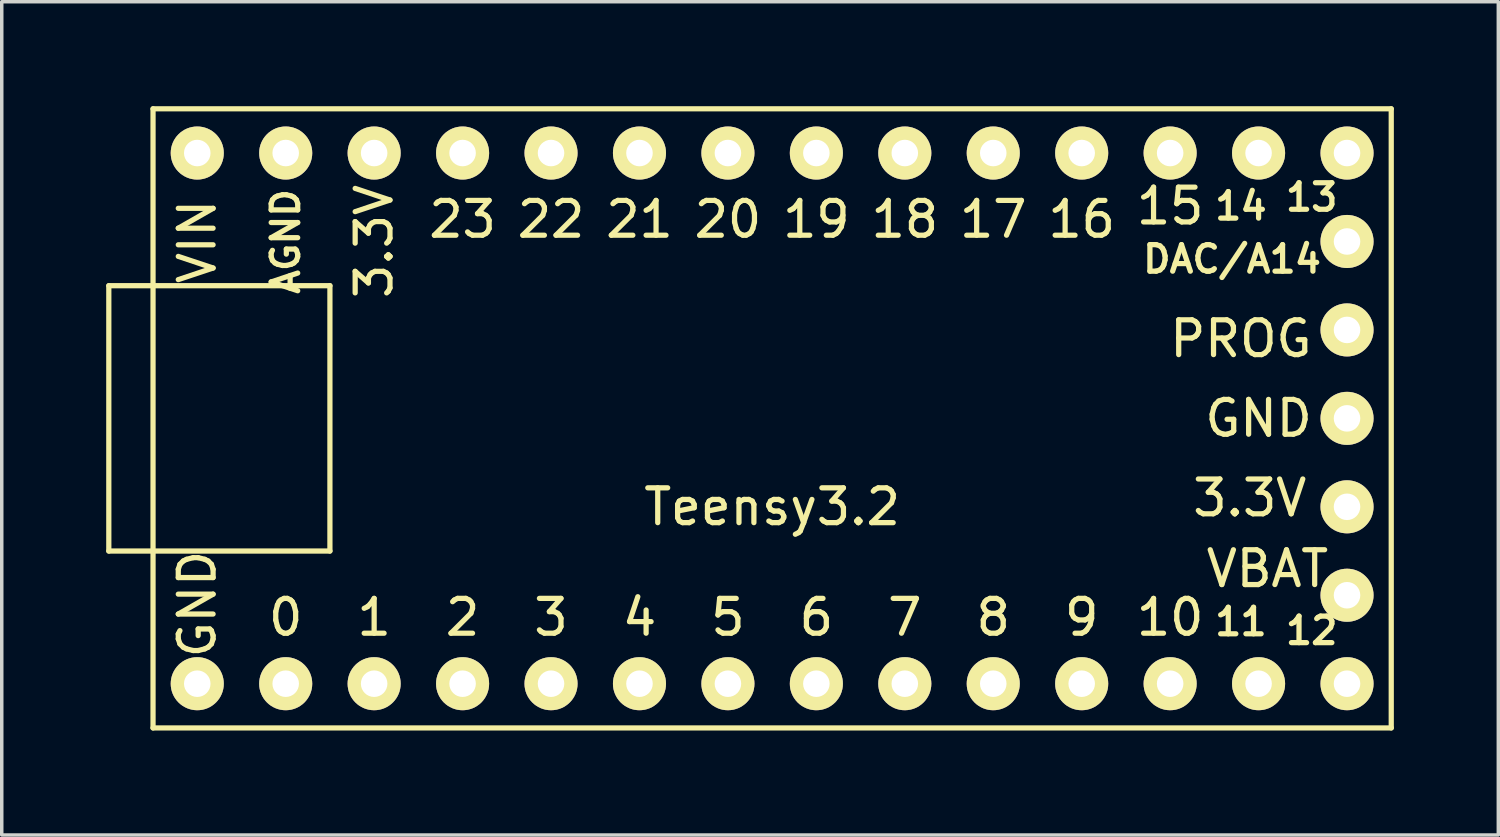
<source format=kicad_pcb>
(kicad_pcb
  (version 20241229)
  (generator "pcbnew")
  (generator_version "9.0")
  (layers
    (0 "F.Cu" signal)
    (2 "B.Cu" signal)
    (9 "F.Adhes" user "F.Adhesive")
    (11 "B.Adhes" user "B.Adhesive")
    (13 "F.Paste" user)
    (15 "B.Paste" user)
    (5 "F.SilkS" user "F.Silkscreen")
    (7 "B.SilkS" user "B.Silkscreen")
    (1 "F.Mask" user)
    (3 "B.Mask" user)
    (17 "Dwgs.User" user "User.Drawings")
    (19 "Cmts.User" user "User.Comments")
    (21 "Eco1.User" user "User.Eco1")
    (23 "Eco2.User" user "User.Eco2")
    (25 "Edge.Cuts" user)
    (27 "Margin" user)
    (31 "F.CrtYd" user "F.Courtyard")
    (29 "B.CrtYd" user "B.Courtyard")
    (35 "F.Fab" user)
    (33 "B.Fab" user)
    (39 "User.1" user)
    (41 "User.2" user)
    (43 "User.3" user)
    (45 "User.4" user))
  (footprint "Teensy3.2"
    (layer "F.Cu")
    (at 19.125 8.965)
    (property "Reference" "Teensy3.2" (at 0 2.54 0) (layer "F.SilkS") (effects (font (size 1 1) (thickness 0.15))))
    (attr through_hole)
    (fp_line (start -19.05 -3.81) (end -12.7 -3.81) (stroke (width 0.15) (type solid)) (layer "F.SilkS"))
    (fp_line (start -19.05 3.81) (end -19.05 -3.81) (stroke (width 0.15) (type solid)) (layer "F.SilkS"))
    (fp_line (start -17.78 -8.89) (end 17.78 -8.89) (stroke (width 0.15) (type solid)) (layer "F.SilkS"))
    (fp_line (start -17.78 8.89) (end -17.78 -8.89) (stroke (width 0.15) (type solid)) (layer "F.SilkS"))
    (fp_line (start -12.7 -3.81) (end -12.7 3.81) (stroke (width 0.15) (type solid)) (layer "F.SilkS"))
    (fp_line (start -12.7 3.81) (end -19.05 3.81) (stroke (width 0.15) (type solid)) (layer "F.SilkS"))
    (fp_line (start 17.78 -8.89) (end 17.78 8.89) (stroke (width 0.15) (type solid)) (layer "F.SilkS"))
    (fp_line (start 17.78 8.89) (end -17.78 8.89) (stroke (width 0.15) (type solid)) (layer "F.SilkS"))
    (fp_text user "3.3V" (at 13.716 2.286 0) (layer "F.SilkS") (effects (font (size 1 1) (thickness 0.15))))
    (fp_text user "6" (at 1.27 5.715 0) (layer "F.SilkS") (effects (font (size 1 1) (thickness 0.15))))
    (fp_text user "DAC/A14" (at 13.208 -4.572 0) (layer "F.SilkS") (effects (font (size 0.762 0.762) (thickness 0.15))))
    (fp_text user "4" (at -3.81 5.715 0) (layer "F.SilkS") (effects (font (size 1 1) (thickness 0.15))))
    (fp_text user "GND" (at 13.97 0 0) (layer "F.SilkS") (effects (font (size 1 1) (thickness 0.15))))
    (fp_text user "2" (at -8.89 5.715 0) (layer "F.SilkS") (effects (font (size 1 1) (thickness 0.15))))
    (fp_text user "15" (at 11.43 -6.096 0) (layer "F.SilkS") (effects (font (size 1 1) (thickness 0.15))))
    (fp_text user "17" (at 6.35 -5.715 0) (layer "F.SilkS") (effects (font (size 1 1) (thickness 0.15))))
    (fp_text user "VIN" (at -16.51 -5.08 90) (layer "F.SilkS") (effects (font (size 1 1) (thickness 0.15))))
    (fp_text user "12" (at 15.494 6.096 0) (layer "F.SilkS") (effects (font (size 0.762 0.762) (thickness 0.15))))
    (fp_text user "13" (at 15.494 -6.35 0) (layer "F.SilkS") (effects (font (size 0.762 0.762) (thickness 0.15))))
    (fp_text user "GND" (at -16.51 5.334 90) (layer "F.SilkS") (effects (font (size 1 1) (thickness 0.15))))
    (fp_text user "PROG" (at 13.462 -2.286 0) (layer "F.SilkS") (effects (font (size 1 1) (thickness 0.15))))
    (fp_text user "9" (at 8.89 5.715 0) (layer "F.SilkS") (effects (font (size 1 1) (thickness 0.15))))
    (fp_text user "AGND" (at -13.97 -5.08 90) (layer "F.SilkS") (effects (font (size 0.762 0.762) (thickness 0.15))))
    (fp_text user "21" (at -3.81 -5.715 0) (layer "F.SilkS") (effects (font (size 1 1) (thickness 0.15))))
    (fp_text user "20" (at -1.27 -5.715 0) (layer "F.SilkS") (effects (font (size 1 1) (thickness 0.15))))
    (fp_text user "22" (at -6.35 -5.715 0) (layer "F.SilkS") (effects (font (size 1 1) (thickness 0.15))))
    (fp_text user "14" (at 13.462 -6.096 0) (layer "F.SilkS") (effects (font (size 0.762 0.762) (thickness 0.15))))
    (fp_text user "11" (at 13.462 5.842 0) (layer "F.SilkS") (effects (font (size 0.762 0.762) (thickness 0.15))))
    (fp_text user "3" (at -6.35 5.715 0) (layer "F.SilkS") (effects (font (size 1 1) (thickness 0.15))))
    (fp_text user "19" (at 1.27 -5.715 0) (layer "F.SilkS") (effects (font (size 1 1) (thickness 0.15))))
    (fp_text user "16" (at 8.89 -5.715 0) (layer "F.SilkS") (effects (font (size 1 1) (thickness 0.15))))
    (fp_text user "0" (at -13.97 5.715 0) (layer "F.SilkS") (effects (font (size 1 1) (thickness 0.15))))
    (fp_text user "7" (at 3.81 5.715 0) (layer "F.SilkS") (effects (font (size 1 1) (thickness 0.15))))
    (fp_text user "5" (at -1.27 5.715 0) (layer "F.SilkS") (effects (font (size 1 1) (thickness 0.15))))
    (fp_text user "18" (at 3.81 -5.715 0) (layer "F.SilkS") (effects (font (size 1 1) (thickness 0.15))))
    (fp_text user "3.3V" (at -11.43 -5.08 90) (layer "F.SilkS") (effects (font (size 1 1) (thickness 0.15))))
    (fp_text user "10" (at 11.43 5.715 0) (layer "F.SilkS") (effects (font (size 1 1) (thickness 0.15))))
    (fp_text user "VBAT" (at 14.224 4.318 0) (layer "F.SilkS") (effects (font (size 1 1) (thickness 0.15))))
    (fp_text user "8" (at 6.35 5.715 0) (layer "F.SilkS") (effects (font (size 1 1) (thickness 0.15))))
    (fp_text user "23" (at -8.89 -5.715 0) (layer "F.SilkS") (effects (font (size 1 1) (thickness 0.15))))
    (fp_text user "1" (at -11.43 5.715 0) (layer "F.SilkS") (effects (font (size 1 1) (thickness 0.15))))
    (pad "1" thru_hole circle (at -16.51 7.62) (size 1.524 1.524) (drill 0.762) (layers "*.Cu" "*.Mask" "F.SilkS"))
    (pad "2" thru_hole circle (at -13.97 7.62) (size 1.524 1.524) (drill 0.762) (layers "*.Cu" "*.Mask" "F.SilkS"))
    (pad "3" thru_hole circle (at -11.43 7.62) (size 1.524 1.524) (drill 0.762) (layers "*.Cu" "*.Mask" "F.SilkS"))
    (pad "4" thru_hole circle (at -8.89 7.62) (size 1.524 1.524) (drill 0.762) (layers "*.Cu" "*.Mask" "F.SilkS"))
    (pad "5" thru_hole circle (at -6.35 7.62) (size 1.524 1.524) (drill 0.762) (layers "*.Cu" "*.Mask" "F.SilkS"))
    (pad "6" thru_hole circle (at -3.81 7.62) (size 1.524 1.524) (drill 0.762) (layers "*.Cu" "*.Mask" "F.SilkS"))
    (pad "7" thru_hole circle (at -1.27 7.62) (size 1.524 1.524) (drill 0.762) (layers "*.Cu" "*.Mask" "F.SilkS"))
    (pad "8" thru_hole circle (at 1.27 7.62) (size 1.524 1.524) (drill 0.762) (layers "*.Cu" "*.Mask" "F.SilkS"))
    (pad "9" thru_hole circle (at 3.81 7.62) (size 1.524 1.524) (drill 0.762) (layers "*.Cu" "*.Mask" "F.SilkS"))
    (pad "10" thru_hole circle (at 6.35 7.62) (size 1.524 1.524) (drill 0.762) (layers "*.Cu" "*.Mask" "F.SilkS"))
    (pad "11" thru_hole circle (at 8.89 7.62) (size 1.524 1.524) (drill 0.762) (layers "*.Cu" "*.Mask" "F.SilkS"))
    (pad "12" thru_hole circle (at 11.43 7.62) (size 1.524 1.524) (drill 0.762) (layers "*.Cu" "*.Mask" "F.SilkS"))
    (pad "13" thru_hole circle (at 13.97 7.62) (size 1.524 1.524) (drill 0.762) (layers "*.Cu" "*.Mask" "F.SilkS"))
    (pad "14" thru_hole circle (at 16.51 7.62) (size 1.524 1.524) (drill 0.762) (layers "*.Cu" "*.Mask" "F.SilkS"))
    (pad "15" thru_hole circle (at 16.51 5.08) (size 1.524 1.524) (drill 0.762) (layers "*.Cu" "*.Mask" "F.SilkS"))
    (pad "16" thru_hole circle (at 16.51 2.54) (size 1.524 1.524) (drill 0.762) (layers "*.Cu" "*.Mask" "F.SilkS"))
    (pad "17" thru_hole circle (at 16.51 0) (size 1.524 1.524) (drill 0.762) (layers "*.Cu" "*.Mask" "F.SilkS"))
    (pad "18" thru_hole circle (at 16.51 -2.54) (size 1.524 1.524) (drill 0.762) (layers "*.Cu" "*.Mask" "F.SilkS"))
    (pad "19" thru_hole circle (at 16.51 -5.08) (size 1.524 1.524) (drill 0.762) (layers "*.Cu" "*.Mask" "F.SilkS"))
    (pad "20" thru_hole circle (at 16.51 -7.62) (size 1.524 1.524) (drill 0.762) (layers "*.Cu" "*.Mask" "F.SilkS"))
    (pad "21" thru_hole circle (at 13.97 -7.62) (size 1.524 1.524) (drill 0.762) (layers "*.Cu" "*.Mask" "F.SilkS"))
    (pad "22" thru_hole circle (at 11.43 -7.62) (size 1.524 1.524) (drill 0.762) (layers "*.Cu" "*.Mask" "F.SilkS"))
    (pad "23" thru_hole circle (at 8.89 -7.62) (size 1.524 1.524) (drill 0.762) (layers "*.Cu" "*.Mask" "F.SilkS"))
    (pad "24" thru_hole circle (at 6.35 -7.62) (size 1.524 1.524) (drill 0.762) (layers "*.Cu" "*.Mask" "F.SilkS"))
    (pad "25" thru_hole circle (at 3.81 -7.62) (size 1.524 1.524) (drill 0.762) (layers "*.Cu" "*.Mask" "F.SilkS"))
    (pad "26" thru_hole circle (at 1.27 -7.62) (size 1.524 1.524) (drill 0.762) (layers "*.Cu" "*.Mask" "F.SilkS"))
    (pad "27" thru_hole circle (at -1.27 -7.62) (size 1.524 1.524) (drill 0.762) (layers "*.Cu" "*.Mask" "F.SilkS"))
    (pad "28" thru_hole circle (at -3.81 -7.62) (size 1.524 1.524) (drill 0.762) (layers "*.Cu" "*.Mask" "F.SilkS"))
    (pad "29" thru_hole circle (at -6.35 -7.62) (size 1.524 1.524) (drill 0.762) (layers "*.Cu" "*.Mask" "F.SilkS"))
    (pad "30" thru_hole circle (at -8.89 -7.62) (size 1.524 1.524) (drill 0.762) (layers "*.Cu" "*.Mask" "F.SilkS"))
    (pad "31" thru_hole circle (at -11.43 -7.62) (size 1.524 1.524) (drill 0.762) (layers "*.Cu" "*.Mask" "F.SilkS"))
    (pad "32" thru_hole circle (at -13.97 -7.62) (size 1.524 1.524) (drill 0.762) (layers "*.Cu" "*.Mask" "F.SilkS"))
    (pad "33" thru_hole circle (at -16.51 -7.62) (size 1.524 1.524) (drill 0.762) (layers "*.Cu" "*.Mask" "F.SilkS")))
  (gr_rect
    (start -3 -3)
    (end 39.98 20.93)
    (stroke (width 0.1) (type default))
    (fill no)
    (layer "Edge.Cuts")))
</source>
